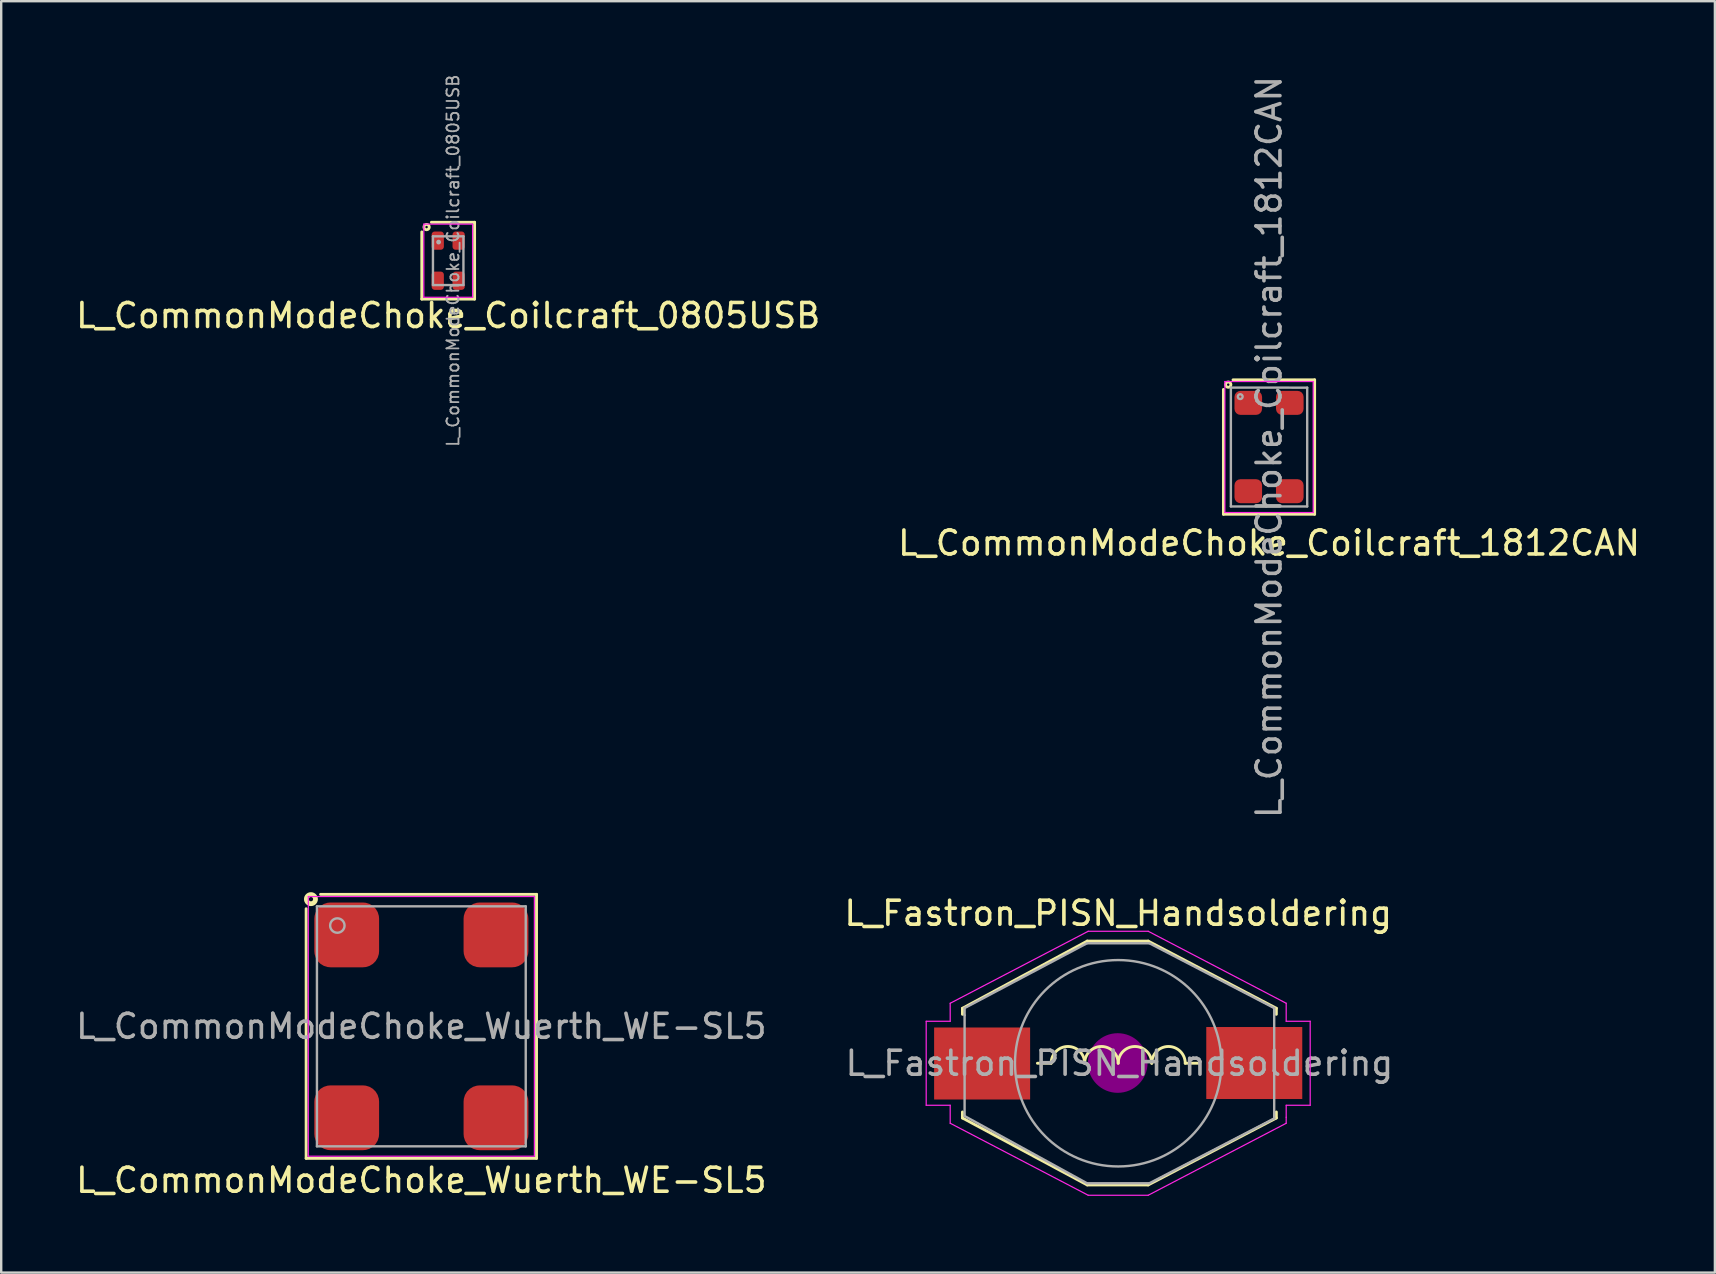
<source format=kicad_pcb>
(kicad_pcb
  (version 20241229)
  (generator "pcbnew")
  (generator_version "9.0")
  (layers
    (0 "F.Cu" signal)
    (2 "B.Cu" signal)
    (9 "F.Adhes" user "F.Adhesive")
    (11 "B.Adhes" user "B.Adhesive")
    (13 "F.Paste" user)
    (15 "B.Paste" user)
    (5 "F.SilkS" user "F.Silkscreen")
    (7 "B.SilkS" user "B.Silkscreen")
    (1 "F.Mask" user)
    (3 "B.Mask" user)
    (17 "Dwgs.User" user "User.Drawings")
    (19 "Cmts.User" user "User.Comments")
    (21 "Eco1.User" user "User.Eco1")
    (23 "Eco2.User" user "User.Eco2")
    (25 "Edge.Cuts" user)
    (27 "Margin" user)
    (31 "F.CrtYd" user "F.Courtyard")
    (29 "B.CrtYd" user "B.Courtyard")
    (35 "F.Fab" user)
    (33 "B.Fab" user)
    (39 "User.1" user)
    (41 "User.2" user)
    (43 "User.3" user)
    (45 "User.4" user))
  (footprint "L_CommonModeChoke_Coilcraft_1812CAN"
    (layer "F.Cu")
    (at 49.827 15.577)
    (property "Reference" "L_CommonModeChoke_Coilcraft_1812CAN" (at 0 4 0) (layer "F.SilkS") (effects (font (size 1 1) (thickness 0.15))))
    (attr smd)
    (fp_line (start -1.9 -2.4) (end -1.9 2.8) (stroke (width 0.12) (type solid)) (layer "F.SilkS"))
    (fp_line (start -1.9 2.8) (end 1.9 2.8) (stroke (width 0.12) (type solid)) (layer "F.SilkS"))
    (fp_line (start 1.9 -2.8) (end -1.5 -2.8) (stroke (width 0.12) (type solid)) (layer "F.SilkS"))
    (fp_line (start 1.9 2.8) (end 1.9 -2.8) (stroke (width 0.12) (type solid)) (layer "F.SilkS"))
    (fp_circle (center -1.7 -2.6) (end -1.649 -2.6) (stroke (width 0.12) (type solid)) (fill no) (layer "F.SilkS"))
    (fp_line (start -1.84 -2.73) (end 1.84 -2.73) (stroke (width 0.05) (type solid)) (layer "F.CrtYd"))
    (fp_line (start -1.84 2.73) (end -1.84 -2.73) (stroke (width 0.05) (type solid)) (layer "F.CrtYd"))
    (fp_line (start -1.84 2.73) (end 1.84 2.73) (stroke (width 0.05) (type solid)) (layer "F.CrtYd"))
    (fp_line (start 1.84 2.73) (end 1.84 -2.73) (stroke (width 0.05) (type solid)) (layer "F.CrtYd"))
    (fp_line (start -1.59 -2.477) (end -1.59 2.475) (stroke (width 0.1) (type solid)) (layer "F.Fab"))
    (fp_line (start -1.59 -2.477) (end 1.59 -2.475) (stroke (width 0.1) (type solid)) (layer "F.Fab"))
    (fp_line (start -1.59 2.475) (end 1.59 2.475) (stroke (width 0.1) (type solid)) (layer "F.Fab"))
    (fp_line (start 1.59 -2.475) (end 1.59 2.475) (stroke (width 0.1) (type solid)) (layer "F.Fab"))
    (fp_circle (center -1.2 -2.1) (end -1.1 -2.1) (stroke (width 0.1) (type solid)) (fill no) (layer "F.Fab"))
    (fp_text user "${REFERENCE}" (at 0 0 90) (layer "F.Fab") (effects (font (size 1 1) (thickness 0.15))))
    (pad "1" smd roundrect (at -0.865 -1.84) (size 1.15 1) (layers "F.Cu" "F.Mask" "F.Paste") (roundrect_rratio 0.25))
    (pad "2" smd roundrect (at -0.865 1.84) (size 1.15 1) (layers "F.Cu" "F.Mask" "F.Paste") (roundrect_rratio 0.25))
    (pad "3" smd roundrect (at 0.865 1.84) (size 1.15 1) (layers "F.Cu" "F.Mask" "F.Paste") (roundrect_rratio 0.25))
    (pad "4" smd roundrect (at 0.865 -1.84) (size 1.15 1) (layers "F.Cu" "F.Mask" "F.Paste") (roundrect_rratio 0.25)))
  (footprint "L_CommonModeChoke_Wuerth_WE-SL5"
    (layer "F.Cu")
    (at 14.506 39.715)
    (property "Reference" "L_CommonModeChoke_Wuerth_WE-SL5" (at 0 6.413 0) (layer "F.SilkS") (effects (font (size 1 1) (thickness 0.15))))
    (attr smd)
    (fp_line (start -4.8 -4.9) (end -4.8 5.5) (stroke (width 0.12) (type solid)) (layer "F.SilkS"))
    (fp_line (start -4.8 5.5) (end 4.8 5.5) (stroke (width 0.12) (type solid)) (layer "F.SilkS"))
    (fp_line (start 4.8 -5.5) (end -4.2 -5.5) (stroke (width 0.12) (type solid)) (layer "F.SilkS"))
    (fp_line (start 4.8 5.5) (end 4.8 -5.5) (stroke (width 0.12) (type solid)) (layer "F.SilkS"))
    (fp_circle (center -4.6 -5.3) (end -4.51 -5.3) (stroke (width 0.2) (type solid)) (fill no) (layer "F.SilkS"))
    (fp_line (start -4.71 -5.41) (end 4.71 -5.41) (stroke (width 0.05) (type solid)) (layer "F.CrtYd"))
    (fp_line (start -4.71 5.41) (end -4.71 -5.41) (stroke (width 0.05) (type solid)) (layer "F.CrtYd"))
    (fp_line (start -4.71 5.41) (end 4.71 5.41) (stroke (width 0.05) (type solid)) (layer "F.CrtYd"))
    (fp_line (start 4.71 5.41) (end 4.71 -5.41) (stroke (width 0.05) (type solid)) (layer "F.CrtYd"))
    (fp_line (start -4.35 -5) (end 4.35 -5) (stroke (width 0.1) (type solid)) (layer "F.Fab"))
    (fp_line (start -4.35 5) (end -4.35 -5) (stroke (width 0.1) (type solid)) (layer "F.Fab"))
    (fp_line (start 4.35 -5) (end 4.35 5) (stroke (width 0.1) (type solid)) (layer "F.Fab"))
    (fp_line (start 4.35 5) (end -4.35 5) (stroke (width 0.1) (type solid)) (layer "F.Fab"))
    (fp_circle (center -3.5 -4.2) (end -3.2 -4.2) (stroke (width 0.1) (type solid)) (fill no) (layer "F.Fab"))
    (fp_text user "${REFERENCE}" (at 0 0 0) (layer "F.Fab") (effects (font (size 1 1) (thickness 0.15))))
    (pad "1" smd roundrect (at -3.11 -3.81 90) (size 2.7 2.7) (layers "F.Cu" "F.Mask" "F.Paste") (roundrect_rratio 0.25))
    (pad "2" smd roundrect (at -3.11 3.81 90) (size 2.7 2.7) (layers "F.Cu" "F.Mask" "F.Paste") (roundrect_rratio 0.25))
    (pad "3" smd roundrect (at 3.11 3.81 90) (size 2.7 2.7) (layers "F.Cu" "F.Mask" "F.Paste") (roundrect_rratio 0.25))
    (pad "4" smd roundrect (at 3.11 -3.81 90) (size 2.7 2.7) (layers "F.Cu" "F.Mask" "F.Paste") (roundrect_rratio 0.25)))
  (footprint "L_Fastron_PISN_Handsoldering"
    (layer "F.Cu")
    (at 43.542 41.253)
    (property "Reference" "L_Fastron_PISN_Handsoldering" (at 0 -6.25 0) (layer "F.SilkS") (effects (font (size 1 1) (thickness 0.15))))
    (attr smd)
    (fp_line (start -6.49 -2.29) (end -6.49 -2.04) (stroke (width 0.12) (type solid)) (layer "F.SilkS"))
    (fp_line (start -6.49 2.28) (end -6.49 2.03) (stroke (width 0.12) (type solid)) (layer "F.SilkS"))
    (fp_line (start -3.365 0) (end -2.794 0) (stroke (width 0.12) (type solid)) (layer "F.SilkS"))
    (fp_line (start -1.29 -5.09) (end -6.49 -2.29) (stroke (width 0.12) (type solid)) (layer "F.SilkS"))
    (fp_line (start -1.29 -5.09) (end 1.25 -5.09) (stroke (width 0.12) (type solid)) (layer "F.SilkS"))
    (fp_line (start -1.29 5.07) (end -6.49 2.28) (stroke (width 0.12) (type solid)) (layer "F.SilkS"))
    (fp_line (start -1.29 5.07) (end 1.25 5.07) (stroke (width 0.12) (type solid)) (layer "F.SilkS"))
    (fp_line (start 1.25 -5.09) (end 6.59 -2.29) (stroke (width 0.12) (type solid)) (layer "F.SilkS"))
    (fp_line (start 1.25 5.07) (end 6.59 2.28) (stroke (width 0.12) (type solid)) (layer "F.SilkS"))
    (fp_line (start 2.794 0) (end 3.365 0) (stroke (width 0.12) (type solid)) (layer "F.SilkS"))
    (fp_line (start 6.59 -2.29) (end 6.59 -2.04) (stroke (width 0.12) (type solid)) (layer "F.SilkS"))
    (fp_line (start 6.59 2.28) (end 6.59 2.03) (stroke (width 0.12) (type solid)) (layer "F.SilkS"))
    (fp_arc (start -2.794 0) (mid -2.0955 -0.6985) (end -1.397 0) (stroke (width 0.12) (type solid)) (layer "F.SilkS"))
    (fp_arc (start -1.397 0) (mid -0.6985 -0.6985) (end 0 0) (stroke (width 0.12) (type solid)) (layer "F.SilkS"))
    (fp_arc (start 0 0) (mid 0.6985 -0.6985) (end 1.397 0) (stroke (width 0.12) (type solid)) (layer "F.SilkS"))
    (fp_arc (start 1.397 0) (mid 2.0955 -0.6985) (end 2.794 0) (stroke (width 0.12) (type solid)) (layer "F.SilkS"))
    (fp_line (start -0.02 -0.26) (end -0.02 0.25) (stroke (width 0.38) (type solid)) (layer "F.Adhes"))
    (fp_circle (center -0.02 -0.01) (end -0.02 0.5) (stroke (width 0.38) (type solid)) (fill no) (layer "F.Adhes"))
    (fp_circle (center -0.02 -0.01) (end 0.24 -0.01) (stroke (width 0.38) (type solid)) (fill no) (layer "F.Adhes"))
    (fp_circle (center -0.02 -0.01) (end 0.24 0.76) (stroke (width 0.38) (type solid)) (fill no) (layer "F.Adhes"))
    (fp_circle (center -0.02 -0.01) (end 0.24 1.01) (stroke (width 0.38) (type solid)) (fill no) (layer "F.Adhes"))
    (fp_line (start -8 -1.75) (end -8 1.75) (stroke (width 0.05) (type solid)) (layer "F.CrtYd"))
    (fp_line (start -8 1.75) (end -7 1.75) (stroke (width 0.05) (type solid)) (layer "F.CrtYd"))
    (fp_line (start -7 -2.5) (end -7 -1.75) (stroke (width 0.05) (type solid)) (layer "F.CrtYd"))
    (fp_line (start -7 -2.5) (end -1.25 -5.5) (stroke (width 0.05) (type solid)) (layer "F.CrtYd"))
    (fp_line (start -7 -1.75) (end -8 -1.75) (stroke (width 0.05) (type solid)) (layer "F.CrtYd"))
    (fp_line (start -7 1.75) (end -7 2.5) (stroke (width 0.05) (type solid)) (layer "F.CrtYd"))
    (fp_line (start -1.25 -5.5) (end 1.25 -5.5) (stroke (width 0.05) (type solid)) (layer "F.CrtYd"))
    (fp_line (start -1.25 5.5) (end -7 2.5) (stroke (width 0.05) (type solid)) (layer "F.CrtYd"))
    (fp_line (start 1.25 -5.5) (end 7 -2.5) (stroke (width 0.05) (type solid)) (layer "F.CrtYd"))
    (fp_line (start 1.25 5.5) (end -1.25 5.5) (stroke (width 0.05) (type solid)) (layer "F.CrtYd"))
    (fp_line (start 7 -1.75) (end 7 -2.5) (stroke (width 0.05) (type solid)) (layer "F.CrtYd"))
    (fp_line (start 7 1.75) (end 8 1.75) (stroke (width 0.05) (type solid)) (layer "F.CrtYd"))
    (fp_line (start 7 2.25) (end 7 1.75) (stroke (width 0.05) (type solid)) (layer "F.CrtYd"))
    (fp_line (start 7 2.25) (end 7 2.5) (stroke (width 0.05) (type solid)) (layer "F.CrtYd"))
    (fp_line (start 7 2.5) (end 1.25 5.5) (stroke (width 0.05) (type solid)) (layer "F.CrtYd"))
    (fp_line (start 8 -1.75) (end 7 -1.75) (stroke (width 0.05) (type solid)) (layer "F.CrtYd"))
    (fp_line (start 8 1.75) (end 8 -1.75) (stroke (width 0.05) (type solid)) (layer "F.CrtYd"))
    (fp_line (start -6.4 -2.3) (end -1.3 -5) (stroke (width 0.1) (type solid)) (layer "F.Fab"))
    (fp_line (start -6.4 -2) (end -6.4 -2.3) (stroke (width 0.1) (type solid)) (layer "F.Fab"))
    (fp_line (start -6.4 -2) (end -6.4 2.2) (stroke (width 0.1) (type solid)) (layer "F.Fab"))
    (fp_line (start -6.4 2.2) (end -1.3 5) (stroke (width 0.1) (type solid)) (layer "F.Fab"))
    (fp_line (start -1.3 -5) (end 1.3 -5) (stroke (width 0.1) (type solid)) (layer "F.Fab"))
    (fp_line (start -1.3 5) (end 1.3 5) (stroke (width 0.1) (type solid)) (layer "F.Fab"))
    (fp_line (start 1.3 -5) (end 6.5 -2.3) (stroke (width 0.1) (type solid)) (layer "F.Fab"))
    (fp_line (start 1.3 5) (end 6.5 2.3) (stroke (width 0.1) (type solid)) (layer "F.Fab"))
    (fp_line (start 6.5 -2.3) (end 6.5 -2) (stroke (width 0.1) (type solid)) (layer "F.Fab"))
    (fp_line (start 6.5 2.3) (end 6.5 -2.2) (stroke (width 0.1) (type solid)) (layer "F.Fab"))
    (fp_circle (center 0 0) (end 0 -4.3) (stroke (width 0.1) (type solid)) (fill no) (layer "F.Fab"))
    (fp_text user "${REFERENCE}" (at 0.05 0 0) (layer "F.Fab") (effects (font (size 1 1) (thickness 0.15))))
    (pad "1" smd rect (at 5.67 -0.01) (size 4 3) (layers "F.Cu" "F.Mask" "F.Paste"))
    (pad "2" smd rect (at -5.67 0.01) (size 4 3) (layers "F.Cu" "F.Mask" "F.Paste")))
  (footprint "L_CommonModeChoke_Coilcraft_0805USB"
    (layer "F.Cu")
    (at 15.625 7.812)
    (property "Reference" "L_CommonModeChoke_Coilcraft_0805USB" (at 0 2.286 0) (layer "F.SilkS") (effects (font (size 1 1) (thickness 0.15))))
    (attr smd)
    (fp_line (start -1.1 -1.2) (end -1.1 1.6) (stroke (width 0.12) (type solid)) (layer "F.SilkS"))
    (fp_line (start -1.1 1.6) (end 1.1 1.6) (stroke (width 0.12) (type solid)) (layer "F.SilkS"))
    (fp_line (start 1.1 -1.6) (end -0.7 -1.6) (stroke (width 0.12) (type solid)) (layer "F.SilkS"))
    (fp_line (start 1.1 1.6) (end 1.1 -1.6) (stroke (width 0.12) (type solid)) (layer "F.SilkS"))
    (fp_circle (center -0.9 -1.4) (end -0.849 -1.4) (stroke (width 0.12) (type solid)) (fill no) (layer "F.SilkS"))
    (fp_line (start -1.016 -1.524) (end 1.016 -1.524) (stroke (width 0.05) (type solid)) (layer "F.CrtYd"))
    (fp_line (start -1.016 1.524) (end -1.016 -1.524) (stroke (width 0.05) (type solid)) (layer "F.CrtYd"))
    (fp_line (start -1.016 1.524) (end 1.016 1.524) (stroke (width 0.05) (type solid)) (layer "F.CrtYd"))
    (fp_line (start 1.016 1.524) (end 1.016 -1.524) (stroke (width 0.05) (type solid)) (layer "F.CrtYd"))
    (fp_line (start -0.635 -1.015) (end -0.635 1.015) (stroke (width 0.1) (type solid)) (layer "F.Fab"))
    (fp_line (start -0.635 -1.015) (end 0.635 -1.015) (stroke (width 0.1) (type solid)) (layer "F.Fab"))
    (fp_line (start -0.635 1.015) (end 0.635 1.015) (stroke (width 0.1) (type solid)) (layer "F.Fab"))
    (fp_line (start 0.635 -1.015) (end 0.635 1.015) (stroke (width 0.1) (type solid)) (layer "F.Fab"))
    (fp_circle (center -0.4 -0.775) (end -0.35 -0.775) (stroke (width 0.1) (type solid)) (fill no) (layer "F.Fab"))
    (fp_text user "${REFERENCE}" (at 0.2 0 90) (layer "F.Fab") (effects (font (size 0.5 0.5) (thickness 0.075))))
    (pad "1" smd roundrect (at -0.435 -0.835) (size 0.51 0.76) (layers "F.Cu" "F.Mask" "F.Paste") (roundrect_rratio 0.25))
    (pad "2" smd roundrect (at -0.435 0.835) (size 0.51 0.76) (layers "F.Cu" "F.Mask" "F.Paste") (roundrect_rratio 0.25))
    (pad "3" smd roundrect (at 0.435 0.835) (size 0.51 0.76) (layers "F.Cu" "F.Mask" "F.Paste") (roundrect_rratio 0.25))
    (pad "4" smd roundrect (at 0.435 -0.835) (size 0.51 0.76) (layers "F.Cu" "F.Mask" "F.Paste") (roundrect_rratio 0.25)))
  (gr_rect
    (start -3 -3)
    (end 68.405 49.977)
    (stroke (width 0.1) (type default))
    (fill no)
    (layer "Edge.Cuts")))
</source>
